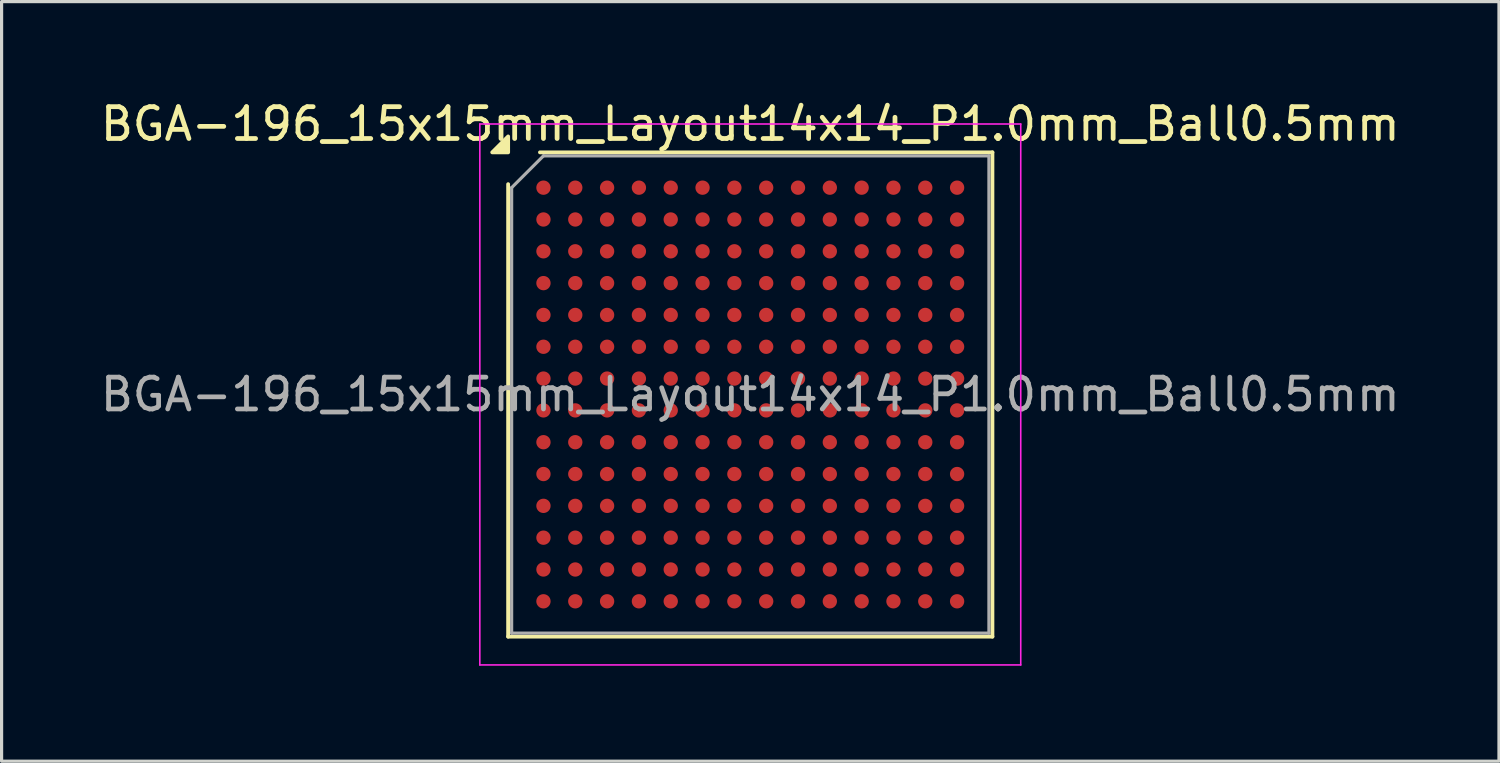
<source format=kicad_pcb>
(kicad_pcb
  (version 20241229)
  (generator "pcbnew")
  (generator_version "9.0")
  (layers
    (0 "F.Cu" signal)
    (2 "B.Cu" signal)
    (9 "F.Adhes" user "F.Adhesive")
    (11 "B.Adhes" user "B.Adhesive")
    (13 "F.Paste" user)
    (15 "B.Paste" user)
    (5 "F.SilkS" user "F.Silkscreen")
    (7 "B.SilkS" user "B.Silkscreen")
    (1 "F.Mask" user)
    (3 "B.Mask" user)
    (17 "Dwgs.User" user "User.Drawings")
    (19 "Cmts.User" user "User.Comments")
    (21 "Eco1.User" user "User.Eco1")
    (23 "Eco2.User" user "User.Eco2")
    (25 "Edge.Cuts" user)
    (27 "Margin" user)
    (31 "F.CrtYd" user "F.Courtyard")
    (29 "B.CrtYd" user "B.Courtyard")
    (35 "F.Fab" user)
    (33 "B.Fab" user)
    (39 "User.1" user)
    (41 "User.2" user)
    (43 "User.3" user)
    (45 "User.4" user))
  (footprint "BGA-196_15x15mm_Layout14x14_P1.0mm_Ball0.5mm"
    (layer "F.Cu")
    (at 20.53 9.348)
    (property "Reference" "BGA-196_15x15mm_Layout14x14_P1.0mm_Ball0.5mm" (at 0 -8.5 0) (layer "F.SilkS") (effects (font (size 1 1) (thickness 0.15))))
    (attr smd)
    (fp_line (start -7.61 7.61) (end -7.61 -6.61) (stroke (width 0.12) (type solid)) (layer "F.SilkS"))
    (fp_line (start -6.61 -7.61) (end 7.61 -7.61) (stroke (width 0.12) (type solid)) (layer "F.SilkS"))
    (fp_line (start 7.61 -7.61) (end 7.61 7.61) (stroke (width 0.12) (type solid)) (layer "F.SilkS"))
    (fp_line (start 7.61 7.61) (end -7.61 7.61) (stroke (width 0.12) (type solid)) (layer "F.SilkS"))
    (fp_poly (pts (xy -7.61 -7.61) (xy -8.11 -7.61) (xy -7.61 -8.11) (xy -7.61 -7.61)) (stroke (width 0.12) (type solid)) (fill yes) (layer "F.SilkS"))
    (fp_line (start -8.5 -8.5) (end -8.5 8.5) (stroke (width 0.05) (type solid)) (layer "F.CrtYd"))
    (fp_line (start -8.5 8.5) (end 8.5 8.5) (stroke (width 0.05) (type solid)) (layer "F.CrtYd"))
    (fp_line (start 8.5 -8.5) (end -8.5 -8.5) (stroke (width 0.05) (type solid)) (layer "F.CrtYd"))
    (fp_line (start 8.5 8.5) (end 8.5 -8.5) (stroke (width 0.05) (type solid)) (layer "F.CrtYd"))
    (fp_line (start -7.5 -6.5) (end -6.5 -7.5) (stroke (width 0.1) (type solid)) (layer "F.Fab"))
    (fp_line (start -7.5 7.5) (end -7.5 -6.5) (stroke (width 0.1) (type solid)) (layer "F.Fab"))
    (fp_line (start -6.5 -7.5) (end 7.5 -7.5) (stroke (width 0.1) (type solid)) (layer "F.Fab"))
    (fp_line (start 7.5 -7.5) (end 7.5 7.5) (stroke (width 0.1) (type solid)) (layer "F.Fab"))
    (fp_line (start 7.5 7.5) (end -7.5 7.5) (stroke (width 0.1) (type solid)) (layer "F.Fab"))
    (fp_text user "${REFERENCE}" (at 0 0 0) (layer "F.Fab") (effects (font (size 1 1) (thickness 0.15))))
    (pad "A1" smd circle (at -6.5 -6.5) (size 0.45 0.45) (property pad_prop_bga) (layers "F.Cu" "F.Mask" "F.Paste"))
    (pad "A2" smd circle (at -5.5 -6.5) (size 0.45 0.45) (property pad_prop_bga) (layers "F.Cu" "F.Mask" "F.Paste"))
    (pad "A3" smd circle (at -4.5 -6.5) (size 0.45 0.45) (property pad_prop_bga) (layers "F.Cu" "F.Mask" "F.Paste"))
    (pad "A4" smd circle (at -3.5 -6.5) (size 0.45 0.45) (property pad_prop_bga) (layers "F.Cu" "F.Mask" "F.Paste"))
    (pad "A5" smd circle (at -2.5 -6.5) (size 0.45 0.45) (property pad_prop_bga) (layers "F.Cu" "F.Mask" "F.Paste"))
    (pad "A6" smd circle (at -1.5 -6.5) (size 0.45 0.45) (property pad_prop_bga) (layers "F.Cu" "F.Mask" "F.Paste"))
    (pad "A7" smd circle (at -0.5 -6.5) (size 0.45 0.45) (property pad_prop_bga) (layers "F.Cu" "F.Mask" "F.Paste"))
    (pad "A8" smd circle (at 0.5 -6.5) (size 0.45 0.45) (property pad_prop_bga) (layers "F.Cu" "F.Mask" "F.Paste"))
    (pad "A9" smd circle (at 1.5 -6.5) (size 0.45 0.45) (property pad_prop_bga) (layers "F.Cu" "F.Mask" "F.Paste"))
    (pad "A10" smd circle (at 2.5 -6.5) (size 0.45 0.45) (property pad_prop_bga) (layers "F.Cu" "F.Mask" "F.Paste"))
    (pad "A11" smd circle (at 3.5 -6.5) (size 0.45 0.45) (property pad_prop_bga) (layers "F.Cu" "F.Mask" "F.Paste"))
    (pad "A12" smd circle (at 4.5 -6.5) (size 0.45 0.45) (property pad_prop_bga) (layers "F.Cu" "F.Mask" "F.Paste"))
    (pad "A13" smd circle (at 5.5 -6.5) (size 0.45 0.45) (property pad_prop_bga) (layers "F.Cu" "F.Mask" "F.Paste"))
    (pad "A14" smd circle (at 6.5 -6.5) (size 0.45 0.45) (property pad_prop_bga) (layers "F.Cu" "F.Mask" "F.Paste"))
    (pad "B1" smd circle (at -6.5 -5.5) (size 0.45 0.45) (property pad_prop_bga) (layers "F.Cu" "F.Mask" "F.Paste"))
    (pad "B2" smd circle (at -5.5 -5.5) (size 0.45 0.45) (property pad_prop_bga) (layers "F.Cu" "F.Mask" "F.Paste"))
    (pad "B3" smd circle (at -4.5 -5.5) (size 0.45 0.45) (property pad_prop_bga) (layers "F.Cu" "F.Mask" "F.Paste"))
    (pad "B4" smd circle (at -3.5 -5.5) (size 0.45 0.45) (property pad_prop_bga) (layers "F.Cu" "F.Mask" "F.Paste"))
    (pad "B5" smd circle (at -2.5 -5.5) (size 0.45 0.45) (property pad_prop_bga) (layers "F.Cu" "F.Mask" "F.Paste"))
    (pad "B6" smd circle (at -1.5 -5.5) (size 0.45 0.45) (property pad_prop_bga) (layers "F.Cu" "F.Mask" "F.Paste"))
    (pad "B7" smd circle (at -0.5 -5.5) (size 0.45 0.45) (property pad_prop_bga) (layers "F.Cu" "F.Mask" "F.Paste"))
    (pad "B8" smd circle (at 0.5 -5.5) (size 0.45 0.45) (property pad_prop_bga) (layers "F.Cu" "F.Mask" "F.Paste"))
    (pad "B9" smd circle (at 1.5 -5.5) (size 0.45 0.45) (property pad_prop_bga) (layers "F.Cu" "F.Mask" "F.Paste"))
    (pad "B10" smd circle (at 2.5 -5.5) (size 0.45 0.45) (property pad_prop_bga) (layers "F.Cu" "F.Mask" "F.Paste"))
    (pad "B11" smd circle (at 3.5 -5.5) (size 0.45 0.45) (property pad_prop_bga) (layers "F.Cu" "F.Mask" "F.Paste"))
    (pad "B12" smd circle (at 4.5 -5.5) (size 0.45 0.45) (property pad_prop_bga) (layers "F.Cu" "F.Mask" "F.Paste"))
    (pad "B13" smd circle (at 5.5 -5.5) (size 0.45 0.45) (property pad_prop_bga) (layers "F.Cu" "F.Mask" "F.Paste"))
    (pad "B14" smd circle (at 6.5 -5.5) (size 0.45 0.45) (property pad_prop_bga) (layers "F.Cu" "F.Mask" "F.Paste"))
    (pad "C1" smd circle (at -6.5 -4.5) (size 0.45 0.45) (property pad_prop_bga) (layers "F.Cu" "F.Mask" "F.Paste"))
    (pad "C2" smd circle (at -5.5 -4.5) (size 0.45 0.45) (property pad_prop_bga) (layers "F.Cu" "F.Mask" "F.Paste"))
    (pad "C3" smd circle (at -4.5 -4.5) (size 0.45 0.45) (property pad_prop_bga) (layers "F.Cu" "F.Mask" "F.Paste"))
    (pad "C4" smd circle (at -3.5 -4.5) (size 0.45 0.45) (property pad_prop_bga) (layers "F.Cu" "F.Mask" "F.Paste"))
    (pad "C5" smd circle (at -2.5 -4.5) (size 0.45 0.45) (property pad_prop_bga) (layers "F.Cu" "F.Mask" "F.Paste"))
    (pad "C6" smd circle (at -1.5 -4.5) (size 0.45 0.45) (property pad_prop_bga) (layers "F.Cu" "F.Mask" "F.Paste"))
    (pad "C7" smd circle (at -0.5 -4.5) (size 0.45 0.45) (property pad_prop_bga) (layers "F.Cu" "F.Mask" "F.Paste"))
    (pad "C8" smd circle (at 0.5 -4.5) (size 0.45 0.45) (property pad_prop_bga) (layers "F.Cu" "F.Mask" "F.Paste"))
    (pad "C9" smd circle (at 1.5 -4.5) (size 0.45 0.45) (property pad_prop_bga) (layers "F.Cu" "F.Mask" "F.Paste"))
    (pad "C10" smd circle (at 2.5 -4.5) (size 0.45 0.45) (property pad_prop_bga) (layers "F.Cu" "F.Mask" "F.Paste"))
    (pad "C11" smd circle (at 3.5 -4.5) (size 0.45 0.45) (property pad_prop_bga) (layers "F.Cu" "F.Mask" "F.Paste"))
    (pad "C12" smd circle (at 4.5 -4.5) (size 0.45 0.45) (property pad_prop_bga) (layers "F.Cu" "F.Mask" "F.Paste"))
    (pad "C13" smd circle (at 5.5 -4.5) (size 0.45 0.45) (property pad_prop_bga) (layers "F.Cu" "F.Mask" "F.Paste"))
    (pad "C14" smd circle (at 6.5 -4.5) (size 0.45 0.45) (property pad_prop_bga) (layers "F.Cu" "F.Mask" "F.Paste"))
    (pad "D1" smd circle (at -6.5 -3.5) (size 0.45 0.45) (property pad_prop_bga) (layers "F.Cu" "F.Mask" "F.Paste"))
    (pad "D2" smd circle (at -5.5 -3.5) (size 0.45 0.45) (property pad_prop_bga) (layers "F.Cu" "F.Mask" "F.Paste"))
    (pad "D3" smd circle (at -4.5 -3.5) (size 0.45 0.45) (property pad_prop_bga) (layers "F.Cu" "F.Mask" "F.Paste"))
    (pad "D4" smd circle (at -3.5 -3.5) (size 0.45 0.45) (property pad_prop_bga) (layers "F.Cu" "F.Mask" "F.Paste"))
    (pad "D5" smd circle (at -2.5 -3.5) (size 0.45 0.45) (property pad_prop_bga) (layers "F.Cu" "F.Mask" "F.Paste"))
    (pad "D6" smd circle (at -1.5 -3.5) (size 0.45 0.45) (property pad_prop_bga) (layers "F.Cu" "F.Mask" "F.Paste"))
    (pad "D7" smd circle (at -0.5 -3.5) (size 0.45 0.45) (property pad_prop_bga) (layers "F.Cu" "F.Mask" "F.Paste"))
    (pad "D8" smd circle (at 0.5 -3.5) (size 0.45 0.45) (property pad_prop_bga) (layers "F.Cu" "F.Mask" "F.Paste"))
    (pad "D9" smd circle (at 1.5 -3.5) (size 0.45 0.45) (property pad_prop_bga) (layers "F.Cu" "F.Mask" "F.Paste"))
    (pad "D10" smd circle (at 2.5 -3.5) (size 0.45 0.45) (property pad_prop_bga) (layers "F.Cu" "F.Mask" "F.Paste"))
    (pad "D11" smd circle (at 3.5 -3.5) (size 0.45 0.45) (property pad_prop_bga) (layers "F.Cu" "F.Mask" "F.Paste"))
    (pad "D12" smd circle (at 4.5 -3.5) (size 0.45 0.45) (property pad_prop_bga) (layers "F.Cu" "F.Mask" "F.Paste"))
    (pad "D13" smd circle (at 5.5 -3.5) (size 0.45 0.45) (property pad_prop_bga) (layers "F.Cu" "F.Mask" "F.Paste"))
    (pad "D14" smd circle (at 6.5 -3.5) (size 0.45 0.45) (property pad_prop_bga) (layers "F.Cu" "F.Mask" "F.Paste"))
    (pad "E1" smd circle (at -6.5 -2.5) (size 0.45 0.45) (property pad_prop_bga) (layers "F.Cu" "F.Mask" "F.Paste"))
    (pad "E2" smd circle (at -5.5 -2.5) (size 0.45 0.45) (property pad_prop_bga) (layers "F.Cu" "F.Mask" "F.Paste"))
    (pad "E3" smd circle (at -4.5 -2.5) (size 0.45 0.45) (property pad_prop_bga) (layers "F.Cu" "F.Mask" "F.Paste"))
    (pad "E4" smd circle (at -3.5 -2.5) (size 0.45 0.45) (property pad_prop_bga) (layers "F.Cu" "F.Mask" "F.Paste"))
    (pad "E5" smd circle (at -2.5 -2.5) (size 0.45 0.45) (property pad_prop_bga) (layers "F.Cu" "F.Mask" "F.Paste"))
    (pad "E6" smd circle (at -1.5 -2.5) (size 0.45 0.45) (property pad_prop_bga) (layers "F.Cu" "F.Mask" "F.Paste"))
    (pad "E7" smd circle (at -0.5 -2.5) (size 0.45 0.45) (property pad_prop_bga) (layers "F.Cu" "F.Mask" "F.Paste"))
    (pad "E8" smd circle (at 0.5 -2.5) (size 0.45 0.45) (property pad_prop_bga) (layers "F.Cu" "F.Mask" "F.Paste"))
    (pad "E9" smd circle (at 1.5 -2.5) (size 0.45 0.45) (property pad_prop_bga) (layers "F.Cu" "F.Mask" "F.Paste"))
    (pad "E10" smd circle (at 2.5 -2.5) (size 0.45 0.45) (property pad_prop_bga) (layers "F.Cu" "F.Mask" "F.Paste"))
    (pad "E11" smd circle (at 3.5 -2.5) (size 0.45 0.45) (property pad_prop_bga) (layers "F.Cu" "F.Mask" "F.Paste"))
    (pad "E12" smd circle (at 4.5 -2.5) (size 0.45 0.45) (property pad_prop_bga) (layers "F.Cu" "F.Mask" "F.Paste"))
    (pad "E13" smd circle (at 5.5 -2.5) (size 0.45 0.45) (property pad_prop_bga) (layers "F.Cu" "F.Mask" "F.Paste"))
    (pad "E14" smd circle (at 6.5 -2.5) (size 0.45 0.45) (property pad_prop_bga) (layers "F.Cu" "F.Mask" "F.Paste"))
    (pad "F1" smd circle (at -6.5 -1.5) (size 0.45 0.45) (property pad_prop_bga) (layers "F.Cu" "F.Mask" "F.Paste"))
    (pad "F2" smd circle (at -5.5 -1.5) (size 0.45 0.45) (property pad_prop_bga) (layers "F.Cu" "F.Mask" "F.Paste"))
    (pad "F3" smd circle (at -4.5 -1.5) (size 0.45 0.45) (property pad_prop_bga) (layers "F.Cu" "F.Mask" "F.Paste"))
    (pad "F4" smd circle (at -3.5 -1.5) (size 0.45 0.45) (property pad_prop_bga) (layers "F.Cu" "F.Mask" "F.Paste"))
    (pad "F5" smd circle (at -2.5 -1.5) (size 0.45 0.45) (property pad_prop_bga) (layers "F.Cu" "F.Mask" "F.Paste"))
    (pad "F6" smd circle (at -1.5 -1.5) (size 0.45 0.45) (property pad_prop_bga) (layers "F.Cu" "F.Mask" "F.Paste"))
    (pad "F7" smd circle (at -0.5 -1.5) (size 0.45 0.45) (property pad_prop_bga) (layers "F.Cu" "F.Mask" "F.Paste"))
    (pad "F8" smd circle (at 0.5 -1.5) (size 0.45 0.45) (property pad_prop_bga) (layers "F.Cu" "F.Mask" "F.Paste"))
    (pad "F9" smd circle (at 1.5 -1.5) (size 0.45 0.45) (property pad_prop_bga) (layers "F.Cu" "F.Mask" "F.Paste"))
    (pad "F10" smd circle (at 2.5 -1.5) (size 0.45 0.45) (property pad_prop_bga) (layers "F.Cu" "F.Mask" "F.Paste"))
    (pad "F11" smd circle (at 3.5 -1.5) (size 0.45 0.45) (property pad_prop_bga) (layers "F.Cu" "F.Mask" "F.Paste"))
    (pad "F12" smd circle (at 4.5 -1.5) (size 0.45 0.45) (property pad_prop_bga) (layers "F.Cu" "F.Mask" "F.Paste"))
    (pad "F13" smd circle (at 5.5 -1.5) (size 0.45 0.45) (property pad_prop_bga) (layers "F.Cu" "F.Mask" "F.Paste"))
    (pad "F14" smd circle (at 6.5 -1.5) (size 0.45 0.45) (property pad_prop_bga) (layers "F.Cu" "F.Mask" "F.Paste"))
    (pad "G1" smd circle (at -6.5 -0.5) (size 0.45 0.45) (property pad_prop_bga) (layers "F.Cu" "F.Mask" "F.Paste"))
    (pad "G2" smd circle (at -5.5 -0.5) (size 0.45 0.45) (property pad_prop_bga) (layers "F.Cu" "F.Mask" "F.Paste"))
    (pad "G3" smd circle (at -4.5 -0.5) (size 0.45 0.45) (property pad_prop_bga) (layers "F.Cu" "F.Mask" "F.Paste"))
    (pad "G4" smd circle (at -3.5 -0.5) (size 0.45 0.45) (property pad_prop_bga) (layers "F.Cu" "F.Mask" "F.Paste"))
    (pad "G5" smd circle (at -2.5 -0.5) (size 0.45 0.45) (property pad_prop_bga) (layers "F.Cu" "F.Mask" "F.Paste"))
    (pad "G6" smd circle (at -1.5 -0.5) (size 0.45 0.45) (property pad_prop_bga) (layers "F.Cu" "F.Mask" "F.Paste"))
    (pad "G7" smd circle (at -0.5 -0.5) (size 0.45 0.45) (property pad_prop_bga) (layers "F.Cu" "F.Mask" "F.Paste"))
    (pad "G8" smd circle (at 0.5 -0.5) (size 0.45 0.45) (property pad_prop_bga) (layers "F.Cu" "F.Mask" "F.Paste"))
    (pad "G9" smd circle (at 1.5 -0.5) (size 0.45 0.45) (property pad_prop_bga) (layers "F.Cu" "F.Mask" "F.Paste"))
    (pad "G10" smd circle (at 2.5 -0.5) (size 0.45 0.45) (property pad_prop_bga) (layers "F.Cu" "F.Mask" "F.Paste"))
    (pad "G11" smd circle (at 3.5 -0.5) (size 0.45 0.45) (property pad_prop_bga) (layers "F.Cu" "F.Mask" "F.Paste"))
    (pad "G12" smd circle (at 4.5 -0.5) (size 0.45 0.45) (property pad_prop_bga) (layers "F.Cu" "F.Mask" "F.Paste"))
    (pad "G13" smd circle (at 5.5 -0.5) (size 0.45 0.45) (property pad_prop_bga) (layers "F.Cu" "F.Mask" "F.Paste"))
    (pad "G14" smd circle (at 6.5 -0.5) (size 0.45 0.45) (property pad_prop_bga) (layers "F.Cu" "F.Mask" "F.Paste"))
    (pad "H1" smd circle (at -6.5 0.5) (size 0.45 0.45) (property pad_prop_bga) (layers "F.Cu" "F.Mask" "F.Paste"))
    (pad "H2" smd circle (at -5.5 0.5) (size 0.45 0.45) (property pad_prop_bga) (layers "F.Cu" "F.Mask" "F.Paste"))
    (pad "H3" smd circle (at -4.5 0.5) (size 0.45 0.45) (property pad_prop_bga) (layers "F.Cu" "F.Mask" "F.Paste"))
    (pad "H4" smd circle (at -3.5 0.5) (size 0.45 0.45) (property pad_prop_bga) (layers "F.Cu" "F.Mask" "F.Paste"))
    (pad "H5" smd circle (at -2.5 0.5) (size 0.45 0.45) (property pad_prop_bga) (layers "F.Cu" "F.Mask" "F.Paste"))
    (pad "H6" smd circle (at -1.5 0.5) (size 0.45 0.45) (property pad_prop_bga) (layers "F.Cu" "F.Mask" "F.Paste"))
    (pad "H7" smd circle (at -0.5 0.5) (size 0.45 0.45) (property pad_prop_bga) (layers "F.Cu" "F.Mask" "F.Paste"))
    (pad "H8" smd circle (at 0.5 0.5) (size 0.45 0.45) (property pad_prop_bga) (layers "F.Cu" "F.Mask" "F.Paste"))
    (pad "H9" smd circle (at 1.5 0.5) (size 0.45 0.45) (property pad_prop_bga) (layers "F.Cu" "F.Mask" "F.Paste"))
    (pad "H10" smd circle (at 2.5 0.5) (size 0.45 0.45) (property pad_prop_bga) (layers "F.Cu" "F.Mask" "F.Paste"))
    (pad "H11" smd circle (at 3.5 0.5) (size 0.45 0.45) (property pad_prop_bga) (layers "F.Cu" "F.Mask" "F.Paste"))
    (pad "H12" smd circle (at 4.5 0.5) (size 0.45 0.45) (property pad_prop_bga) (layers "F.Cu" "F.Mask" "F.Paste"))
    (pad "H13" smd circle (at 5.5 0.5) (size 0.45 0.45) (property pad_prop_bga) (layers "F.Cu" "F.Mask" "F.Paste"))
    (pad "H14" smd circle (at 6.5 0.5) (size 0.45 0.45) (property pad_prop_bga) (layers "F.Cu" "F.Mask" "F.Paste"))
    (pad "J1" smd circle (at -6.5 1.5) (size 0.45 0.45) (property pad_prop_bga) (layers "F.Cu" "F.Mask" "F.Paste"))
    (pad "J2" smd circle (at -5.5 1.5) (size 0.45 0.45) (property pad_prop_bga) (layers "F.Cu" "F.Mask" "F.Paste"))
    (pad "J3" smd circle (at -4.5 1.5) (size 0.45 0.45) (property pad_prop_bga) (layers "F.Cu" "F.Mask" "F.Paste"))
    (pad "J4" smd circle (at -3.5 1.5) (size 0.45 0.45) (property pad_prop_bga) (layers "F.Cu" "F.Mask" "F.Paste"))
    (pad "J5" smd circle (at -2.5 1.5) (size 0.45 0.45) (property pad_prop_bga) (layers "F.Cu" "F.Mask" "F.Paste"))
    (pad "J6" smd circle (at -1.5 1.5) (size 0.45 0.45) (property pad_prop_bga) (layers "F.Cu" "F.Mask" "F.Paste"))
    (pad "J7" smd circle (at -0.5 1.5) (size 0.45 0.45) (property pad_prop_bga) (layers "F.Cu" "F.Mask" "F.Paste"))
    (pad "J8" smd circle (at 0.5 1.5) (size 0.45 0.45) (property pad_prop_bga) (layers "F.Cu" "F.Mask" "F.Paste"))
    (pad "J9" smd circle (at 1.5 1.5) (size 0.45 0.45) (property pad_prop_bga) (layers "F.Cu" "F.Mask" "F.Paste"))
    (pad "J10" smd circle (at 2.5 1.5) (size 0.45 0.45) (property pad_prop_bga) (layers "F.Cu" "F.Mask" "F.Paste"))
    (pad "J11" smd circle (at 3.5 1.5) (size 0.45 0.45) (property pad_prop_bga) (layers "F.Cu" "F.Mask" "F.Paste"))
    (pad "J12" smd circle (at 4.5 1.5) (size 0.45 0.45) (property pad_prop_bga) (layers "F.Cu" "F.Mask" "F.Paste"))
    (pad "J13" smd circle (at 5.5 1.5) (size 0.45 0.45) (property pad_prop_bga) (layers "F.Cu" "F.Mask" "F.Paste"))
    (pad "J14" smd circle (at 6.5 1.5) (size 0.45 0.45) (property pad_prop_bga) (layers "F.Cu" "F.Mask" "F.Paste"))
    (pad "K1" smd circle (at -6.5 2.5) (size 0.45 0.45) (property pad_prop_bga) (layers "F.Cu" "F.Mask" "F.Paste"))
    (pad "K2" smd circle (at -5.5 2.5) (size 0.45 0.45) (property pad_prop_bga) (layers "F.Cu" "F.Mask" "F.Paste"))
    (pad "K3" smd circle (at -4.5 2.5) (size 0.45 0.45) (property pad_prop_bga) (layers "F.Cu" "F.Mask" "F.Paste"))
    (pad "K4" smd circle (at -3.5 2.5) (size 0.45 0.45) (property pad_prop_bga) (layers "F.Cu" "F.Mask" "F.Paste"))
    (pad "K5" smd circle (at -2.5 2.5) (size 0.45 0.45) (property pad_prop_bga) (layers "F.Cu" "F.Mask" "F.Paste"))
    (pad "K6" smd circle (at -1.5 2.5) (size 0.45 0.45) (property pad_prop_bga) (layers "F.Cu" "F.Mask" "F.Paste"))
    (pad "K7" smd circle (at -0.5 2.5) (size 0.45 0.45) (property pad_prop_bga) (layers "F.Cu" "F.Mask" "F.Paste"))
    (pad "K8" smd circle (at 0.5 2.5) (size 0.45 0.45) (property pad_prop_bga) (layers "F.Cu" "F.Mask" "F.Paste"))
    (pad "K9" smd circle (at 1.5 2.5) (size 0.45 0.45) (property pad_prop_bga) (layers "F.Cu" "F.Mask" "F.Paste"))
    (pad "K10" smd circle (at 2.5 2.5) (size 0.45 0.45) (property pad_prop_bga) (layers "F.Cu" "F.Mask" "F.Paste"))
    (pad "K11" smd circle (at 3.5 2.5) (size 0.45 0.45) (property pad_prop_bga) (layers "F.Cu" "F.Mask" "F.Paste"))
    (pad "K12" smd circle (at 4.5 2.5) (size 0.45 0.45) (property pad_prop_bga) (layers "F.Cu" "F.Mask" "F.Paste"))
    (pad "K13" smd circle (at 5.5 2.5) (size 0.45 0.45) (property pad_prop_bga) (layers "F.Cu" "F.Mask" "F.Paste"))
    (pad "K14" smd circle (at 6.5 2.5) (size 0.45 0.45) (property pad_prop_bga) (layers "F.Cu" "F.Mask" "F.Paste"))
    (pad "L1" smd circle (at -6.5 3.5) (size 0.45 0.45) (property pad_prop_bga) (layers "F.Cu" "F.Mask" "F.Paste"))
    (pad "L2" smd circle (at -5.5 3.5) (size 0.45 0.45) (property pad_prop_bga) (layers "F.Cu" "F.Mask" "F.Paste"))
    (pad "L3" smd circle (at -4.5 3.5) (size 0.45 0.45) (property pad_prop_bga) (layers "F.Cu" "F.Mask" "F.Paste"))
    (pad "L4" smd circle (at -3.5 3.5) (size 0.45 0.45) (property pad_prop_bga) (layers "F.Cu" "F.Mask" "F.Paste"))
    (pad "L5" smd circle (at -2.5 3.5) (size 0.45 0.45) (property pad_prop_bga) (layers "F.Cu" "F.Mask" "F.Paste"))
    (pad "L6" smd circle (at -1.5 3.5) (size 0.45 0.45) (property pad_prop_bga) (layers "F.Cu" "F.Mask" "F.Paste"))
    (pad "L7" smd circle (at -0.5 3.5) (size 0.45 0.45) (property pad_prop_bga) (layers "F.Cu" "F.Mask" "F.Paste"))
    (pad "L8" smd circle (at 0.5 3.5) (size 0.45 0.45) (property pad_prop_bga) (layers "F.Cu" "F.Mask" "F.Paste"))
    (pad "L9" smd circle (at 1.5 3.5) (size 0.45 0.45) (property pad_prop_bga) (layers "F.Cu" "F.Mask" "F.Paste"))
    (pad "L10" smd circle (at 2.5 3.5) (size 0.45 0.45) (property pad_prop_bga) (layers "F.Cu" "F.Mask" "F.Paste"))
    (pad "L11" smd circle (at 3.5 3.5) (size 0.45 0.45) (property pad_prop_bga) (layers "F.Cu" "F.Mask" "F.Paste"))
    (pad "L12" smd circle (at 4.5 3.5) (size 0.45 0.45) (property pad_prop_bga) (layers "F.Cu" "F.Mask" "F.Paste"))
    (pad "L13" smd circle (at 5.5 3.5) (size 0.45 0.45) (property pad_prop_bga) (layers "F.Cu" "F.Mask" "F.Paste"))
    (pad "L14" smd circle (at 6.5 3.5) (size 0.45 0.45) (property pad_prop_bga) (layers "F.Cu" "F.Mask" "F.Paste"))
    (pad "M1" smd circle (at -6.5 4.5) (size 0.45 0.45) (property pad_prop_bga) (layers "F.Cu" "F.Mask" "F.Paste"))
    (pad "M2" smd circle (at -5.5 4.5) (size 0.45 0.45) (property pad_prop_bga) (layers "F.Cu" "F.Mask" "F.Paste"))
    (pad "M3" smd circle (at -4.5 4.5) (size 0.45 0.45) (property pad_prop_bga) (layers "F.Cu" "F.Mask" "F.Paste"))
    (pad "M4" smd circle (at -3.5 4.5) (size 0.45 0.45) (property pad_prop_bga) (layers "F.Cu" "F.Mask" "F.Paste"))
    (pad "M5" smd circle (at -2.5 4.5) (size 0.45 0.45) (property pad_prop_bga) (layers "F.Cu" "F.Mask" "F.Paste"))
    (pad "M6" smd circle (at -1.5 4.5) (size 0.45 0.45) (property pad_prop_bga) (layers "F.Cu" "F.Mask" "F.Paste"))
    (pad "M7" smd circle (at -0.5 4.5) (size 0.45 0.45) (property pad_prop_bga) (layers "F.Cu" "F.Mask" "F.Paste"))
    (pad "M8" smd circle (at 0.5 4.5) (size 0.45 0.45) (property pad_prop_bga) (layers "F.Cu" "F.Mask" "F.Paste"))
    (pad "M9" smd circle (at 1.5 4.5) (size 0.45 0.45) (property pad_prop_bga) (layers "F.Cu" "F.Mask" "F.Paste"))
    (pad "M10" smd circle (at 2.5 4.5) (size 0.45 0.45) (property pad_prop_bga) (layers "F.Cu" "F.Mask" "F.Paste"))
    (pad "M11" smd circle (at 3.5 4.5) (size 0.45 0.45) (property pad_prop_bga) (layers "F.Cu" "F.Mask" "F.Paste"))
    (pad "M12" smd circle (at 4.5 4.5) (size 0.45 0.45) (property pad_prop_bga) (layers "F.Cu" "F.Mask" "F.Paste"))
    (pad "M13" smd circle (at 5.5 4.5) (size 0.45 0.45) (property pad_prop_bga) (layers "F.Cu" "F.Mask" "F.Paste"))
    (pad "M14" smd circle (at 6.5 4.5) (size 0.45 0.45) (property pad_prop_bga) (layers "F.Cu" "F.Mask" "F.Paste"))
    (pad "N1" smd circle (at -6.5 5.5) (size 0.45 0.45) (property pad_prop_bga) (layers "F.Cu" "F.Mask" "F.Paste"))
    (pad "N2" smd circle (at -5.5 5.5) (size 0.45 0.45) (property pad_prop_bga) (layers "F.Cu" "F.Mask" "F.Paste"))
    (pad "N3" smd circle (at -4.5 5.5) (size 0.45 0.45) (property pad_prop_bga) (layers "F.Cu" "F.Mask" "F.Paste"))
    (pad "N4" smd circle (at -3.5 5.5) (size 0.45 0.45) (property pad_prop_bga) (layers "F.Cu" "F.Mask" "F.Paste"))
    (pad "N5" smd circle (at -2.5 5.5) (size 0.45 0.45) (property pad_prop_bga) (layers "F.Cu" "F.Mask" "F.Paste"))
    (pad "N6" smd circle (at -1.5 5.5) (size 0.45 0.45) (property pad_prop_bga) (layers "F.Cu" "F.Mask" "F.Paste"))
    (pad "N7" smd circle (at -0.5 5.5) (size 0.45 0.45) (property pad_prop_bga) (layers "F.Cu" "F.Mask" "F.Paste"))
    (pad "N8" smd circle (at 0.5 5.5) (size 0.45 0.45) (property pad_prop_bga) (layers "F.Cu" "F.Mask" "F.Paste"))
    (pad "N9" smd circle (at 1.5 5.5) (size 0.45 0.45) (property pad_prop_bga) (layers "F.Cu" "F.Mask" "F.Paste"))
    (pad "N10" smd circle (at 2.5 5.5) (size 0.45 0.45) (property pad_prop_bga) (layers "F.Cu" "F.Mask" "F.Paste"))
    (pad "N11" smd circle (at 3.5 5.5) (size 0.45 0.45) (property pad_prop_bga) (layers "F.Cu" "F.Mask" "F.Paste"))
    (pad "N12" smd circle (at 4.5 5.5) (size 0.45 0.45) (property pad_prop_bga) (layers "F.Cu" "F.Mask" "F.Paste"))
    (pad "N13" smd circle (at 5.5 5.5) (size 0.45 0.45) (property pad_prop_bga) (layers "F.Cu" "F.Mask" "F.Paste"))
    (pad "N14" smd circle (at 6.5 5.5) (size 0.45 0.45) (property pad_prop_bga) (layers "F.Cu" "F.Mask" "F.Paste"))
    (pad "P1" smd circle (at -6.5 6.5) (size 0.45 0.45) (property pad_prop_bga) (layers "F.Cu" "F.Mask" "F.Paste"))
    (pad "P2" smd circle (at -5.5 6.5) (size 0.45 0.45) (property pad_prop_bga) (layers "F.Cu" "F.Mask" "F.Paste"))
    (pad "P3" smd circle (at -4.5 6.5) (size 0.45 0.45) (property pad_prop_bga) (layers "F.Cu" "F.Mask" "F.Paste"))
    (pad "P4" smd circle (at -3.5 6.5) (size 0.45 0.45) (property pad_prop_bga) (layers "F.Cu" "F.Mask" "F.Paste"))
    (pad "P5" smd circle (at -2.5 6.5) (size 0.45 0.45) (property pad_prop_bga) (layers "F.Cu" "F.Mask" "F.Paste"))
    (pad "P6" smd circle (at -1.5 6.5) (size 0.45 0.45) (property pad_prop_bga) (layers "F.Cu" "F.Mask" "F.Paste"))
    (pad "P7" smd circle (at -0.5 6.5) (size 0.45 0.45) (property pad_prop_bga) (layers "F.Cu" "F.Mask" "F.Paste"))
    (pad "P8" smd circle (at 0.5 6.5) (size 0.45 0.45) (property pad_prop_bga) (layers "F.Cu" "F.Mask" "F.Paste"))
    (pad "P9" smd circle (at 1.5 6.5) (size 0.45 0.45) (property pad_prop_bga) (layers "F.Cu" "F.Mask" "F.Paste"))
    (pad "P10" smd circle (at 2.5 6.5) (size 0.45 0.45) (property pad_prop_bga) (layers "F.Cu" "F.Mask" "F.Paste"))
    (pad "P11" smd circle (at 3.5 6.5) (size 0.45 0.45) (property pad_prop_bga) (layers "F.Cu" "F.Mask" "F.Paste"))
    (pad "P12" smd circle (at 4.5 6.5) (size 0.45 0.45) (property pad_prop_bga) (layers "F.Cu" "F.Mask" "F.Paste"))
    (pad "P13" smd circle (at 5.5 6.5) (size 0.45 0.45) (property pad_prop_bga) (layers "F.Cu" "F.Mask" "F.Paste"))
    (pad "P14" smd circle (at 6.5 6.5) (size 0.45 0.45) (property pad_prop_bga) (layers "F.Cu" "F.Mask" "F.Paste")))
  (gr_rect
    (start -3 -3)
    (end 44.06 20.873)
    (stroke (width 0.1) (type default))
    (fill no)
    (layer "Edge.Cuts")))
</source>
